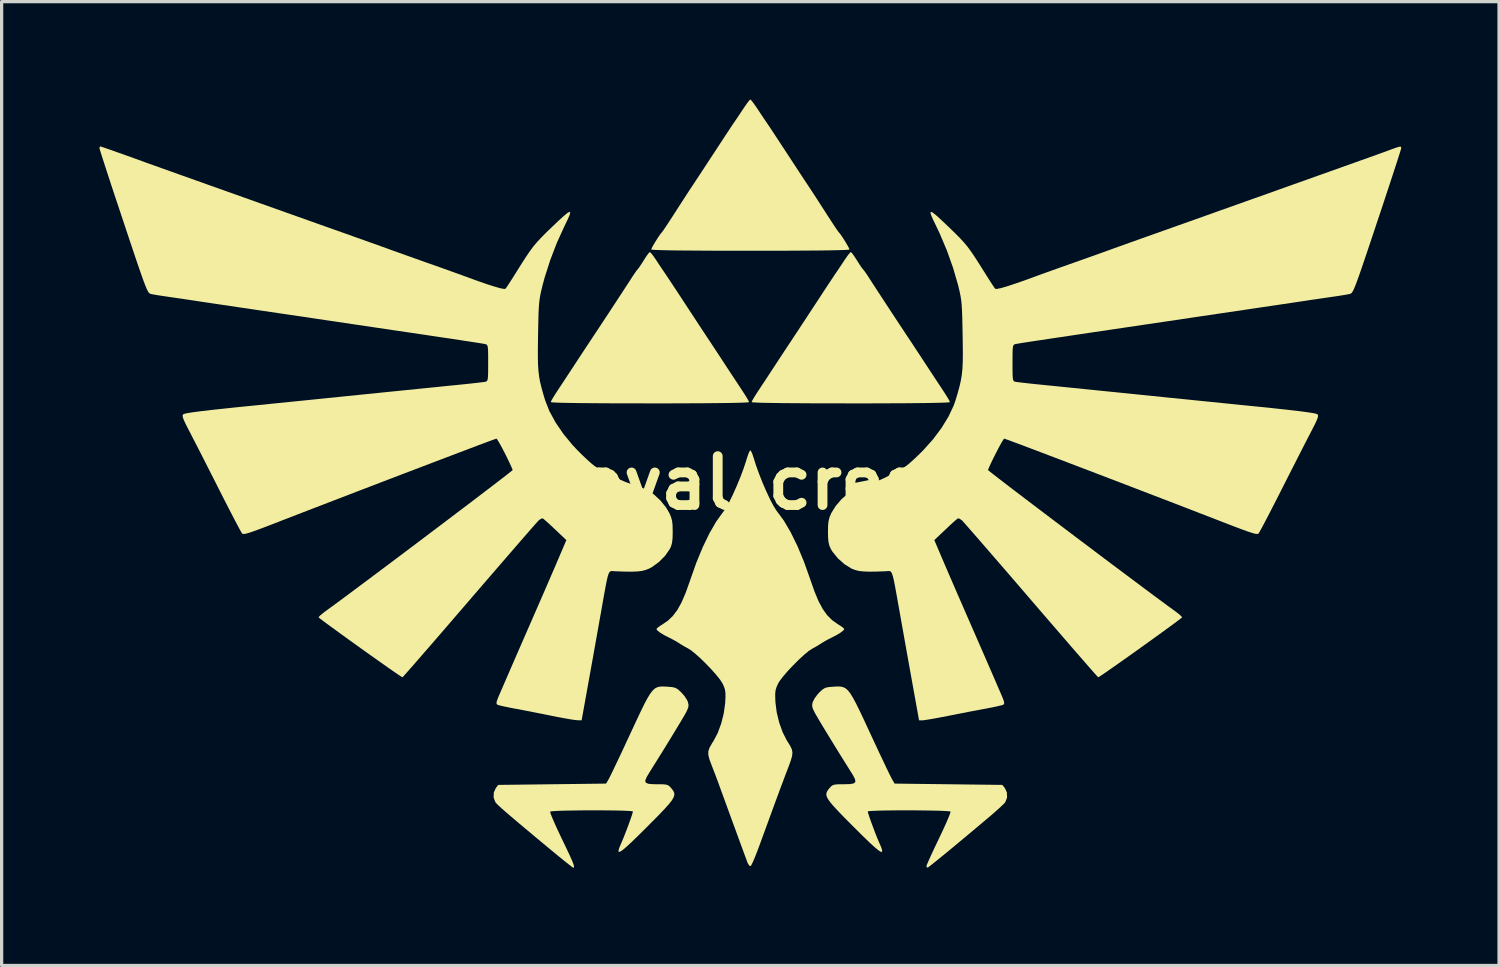
<source format=kicad_pcb>
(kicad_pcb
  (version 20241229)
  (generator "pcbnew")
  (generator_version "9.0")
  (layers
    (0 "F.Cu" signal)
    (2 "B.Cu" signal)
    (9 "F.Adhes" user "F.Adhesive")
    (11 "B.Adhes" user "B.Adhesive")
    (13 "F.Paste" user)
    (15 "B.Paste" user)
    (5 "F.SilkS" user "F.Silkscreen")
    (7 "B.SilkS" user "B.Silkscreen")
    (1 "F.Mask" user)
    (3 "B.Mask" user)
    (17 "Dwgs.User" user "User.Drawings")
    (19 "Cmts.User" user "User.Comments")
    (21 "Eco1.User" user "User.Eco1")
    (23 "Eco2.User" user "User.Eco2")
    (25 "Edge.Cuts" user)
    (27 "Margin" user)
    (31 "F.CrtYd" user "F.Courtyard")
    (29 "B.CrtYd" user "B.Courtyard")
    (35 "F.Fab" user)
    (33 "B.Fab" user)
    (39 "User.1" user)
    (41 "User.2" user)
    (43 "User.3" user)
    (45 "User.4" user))
  (footprint "royal_crest"
    (layer "F.Cu")
    (at 19.96 11.76)
    (property "Reference" "royal_crest" (at 0 0 0) (layer "F.SilkS") (effects (font (size 1.5 1.5) (thickness 0.3))))
    (attr board_only exclude_from_pos_files exclude_from_bom)
    (fp_poly (pts (xy -3.045 -7.049) (xy -2.98 -6.967) (xy -2.899 -6.85) (xy -2.886 -6.83) (xy -2.789 -6.683) (xy -2.694 -6.542) (xy -2.625 -6.44) (xy -2.576 -6.367) (xy -2.49 -6.239) (xy -2.376 -6.066) (xy -2.24 -5.86) (xy -2.09 -5.632) (xy -1.991 -5.48) (xy -1.831 -5.237) (xy -1.677 -5.002) (xy -1.537 -4.788) (xy -1.418 -4.608) (xy -1.33 -4.474) (xy -1.297 -4.425) (xy -1.219 -4.308) (xy -1.11 -4.142) (xy -0.981 -3.946) (xy -0.845 -3.738) (xy -0.78 -3.64) (xy -0.641 -3.427) (xy -0.499 -3.212) (xy -0.369 -3.015) (xy -0.264 -2.856) (xy -0.23 -2.804) (xy -0.144 -2.67) (xy -0.078 -2.56) (xy -0.043 -2.491) (xy -0.04 -2.48) (xy -0.08 -2.471) (xy -0.198 -2.464) (xy -0.395 -2.458) (xy -0.667 -2.452) (xy -1.015 -2.448) (xy -1.436 -2.444) (xy -1.931 -2.442) (xy -2.497 -2.44) (xy -3.08 -2.44) (xy -3.711 -2.441) (xy -4.271 -2.442) (xy -4.76 -2.445) (xy -5.176 -2.448) (xy -5.517 -2.453) (xy -5.784 -2.458) (xy -5.974 -2.465) (xy -6.086 -2.472) (xy -6.12 -2.48) (xy -6.099 -2.529) (xy -6.043 -2.626) (xy -5.963 -2.754) (xy -5.93 -2.804) (xy -5.84 -2.941) (xy -5.719 -3.124) (xy -5.581 -3.334) (xy -5.439 -3.55) (xy -5.38 -3.64) (xy -5.244 -3.847) (xy -5.11 -4.051) (xy -4.99 -4.233) (xy -4.895 -4.376) (xy -4.863 -4.425) (xy -4.771 -4.564) (xy -4.65 -4.746) (xy -4.509 -4.96) (xy -4.355 -5.193) (xy -4.198 -5.434) (xy -4.043 -5.669) (xy -3.901 -5.887) (xy -3.778 -6.076) (xy -3.682 -6.223) (xy -3.623 -6.316) (xy -3.621 -6.319) (xy -3.546 -6.431) (xy -3.482 -6.52) (xy -3.457 -6.549) (xy -3.411 -6.608) (xy -3.34 -6.713) (xy -3.26 -6.84) (xy -3.184 -6.959) (xy -3.12 -7.045) (xy -3.083 -7.08) (xy -3.082 -7.08)) (stroke (width 0) (type solid)) (fill yes) (layer "F.SilkS"))
    (fp_poly (pts (xy 3.117 -7.048) (xy 3.179 -6.965) (xy 3.255 -6.847) (xy 3.26 -6.84) (xy 3.341 -6.712) (xy 3.411 -6.607) (xy 3.457 -6.549) (xy 3.507 -6.487) (xy 3.578 -6.385) (xy 3.621 -6.319) (xy 3.678 -6.23) (xy 3.772 -6.085) (xy 3.893 -5.899) (xy 4.035 -5.682) (xy 4.189 -5.447) (xy 4.346 -5.207) (xy 4.5 -4.973) (xy 4.642 -4.758) (xy 4.764 -4.573) (xy 4.858 -4.432) (xy 4.863 -4.425) (xy 4.941 -4.308) (xy 5.05 -4.142) (xy 5.179 -3.946) (xy 5.315 -3.738) (xy 5.38 -3.64) (xy 5.519 -3.427) (xy 5.661 -3.212) (xy 5.791 -3.015) (xy 5.896 -2.856) (xy 5.93 -2.804) (xy 6.016 -2.67) (xy 6.082 -2.56) (xy 6.117 -2.491) (xy 6.12 -2.48) (xy 6.08 -2.471) (xy 5.962 -2.464) (xy 5.765 -2.458) (xy 5.493 -2.452) (xy 5.145 -2.448) (xy 4.724 -2.444) (xy 4.229 -2.442) (xy 3.663 -2.44) (xy 3.08 -2.44) (xy 2.449 -2.441) (xy 1.889 -2.442) (xy 1.4 -2.445) (xy 0.984 -2.448) (xy 0.643 -2.453) (xy 0.376 -2.458) (xy 0.186 -2.465) (xy 0.074 -2.472) (xy 0.04 -2.48) (xy 0.061 -2.529) (xy 0.117 -2.626) (xy 0.197 -2.754) (xy 0.23 -2.804) (xy 0.32 -2.941) (xy 0.441 -3.124) (xy 0.579 -3.334) (xy 0.721 -3.55) (xy 0.78 -3.64) (xy 0.916 -3.847) (xy 1.05 -4.051) (xy 1.17 -4.233) (xy 1.265 -4.376) (xy 1.297 -4.425) (xy 1.364 -4.526) (xy 1.467 -4.681) (xy 1.596 -4.878) (xy 1.743 -5.102) (xy 1.901 -5.343) (xy 1.991 -5.48) (xy 2.146 -5.716) (xy 2.291 -5.938) (xy 2.42 -6.133) (xy 2.525 -6.291) (xy 2.598 -6.401) (xy 2.625 -6.44) (xy 2.697 -6.546) (xy 2.792 -6.688) (xy 2.886 -6.83) (xy 2.968 -6.95) (xy 3.037 -7.039) (xy 3.078 -7.079) (xy 3.082 -7.08)) (stroke (width 0) (type solid)) (fill yes) (layer "F.SilkS"))
    (fp_poly (pts (xy 0.033 -11.729) (xy 0.098 -11.645) (xy 0.184 -11.523) (xy 0.233 -11.45) (xy 0.33 -11.303) (xy 0.416 -11.174) (xy 0.479 -11.083) (xy 0.494 -11.06) (xy 0.532 -11.004) (xy 0.607 -10.893) (xy 0.711 -10.735) (xy 0.838 -10.542) (xy 0.981 -10.324) (xy 1.062 -10.2) (xy 1.224 -9.953) (xy 1.385 -9.707) (xy 1.537 -9.475) (xy 1.669 -9.275) (xy 1.771 -9.121) (xy 1.796 -9.083) (xy 1.902 -8.922) (xy 2.036 -8.717) (xy 2.181 -8.492) (xy 2.323 -8.271) (xy 2.354 -8.223) (xy 2.471 -8.042) (xy 2.574 -7.885) (xy 2.655 -7.765) (xy 2.706 -7.694) (xy 2.718 -7.68) (xy 2.757 -7.634) (xy 2.821 -7.542) (xy 2.895 -7.427) (xy 2.965 -7.31) (xy 3.018 -7.214) (xy 3.04 -7.16) (xy 3.04 -7.159) (xy 3 -7.151) (xy 2.882 -7.144) (xy 2.687 -7.138) (xy 2.418 -7.132) (xy 2.074 -7.128) (xy 1.659 -7.125) (xy 1.174 -7.122) (xy 0.621 -7.121) (xy 0.001 -7.12) (xy 0 -7.12) (xy -0.62 -7.121) (xy -1.174 -7.122) (xy -1.659 -7.125) (xy -2.074 -7.128) (xy -2.417 -7.132) (xy -2.687 -7.138) (xy -2.882 -7.144) (xy -3 -7.151) (xy -3.04 -7.159) (xy -3.04 -7.159) (xy -3.02 -7.21) (xy -2.968 -7.305) (xy -2.898 -7.421) (xy -2.824 -7.537) (xy -2.76 -7.63) (xy -2.719 -7.679) (xy -2.718 -7.68) (xy -2.687 -7.719) (xy -2.622 -7.814) (xy -2.53 -7.952) (xy -2.42 -8.121) (xy -2.354 -8.223) (xy -2.215 -8.439) (xy -2.069 -8.665) (xy -1.932 -8.877) (xy -1.818 -9.051) (xy -1.796 -9.083) (xy -1.707 -9.218) (xy -1.584 -9.405) (xy -1.437 -9.628) (xy -1.278 -9.871) (xy -1.115 -10.119) (xy -1.062 -10.2) (xy -0.914 -10.426) (xy -0.778 -10.634) (xy -0.66 -10.812) (xy -0.569 -10.95) (xy -0.51 -11.038) (xy -0.494 -11.06) (xy -0.447 -11.129) (xy -0.37 -11.244) (xy -0.275 -11.386) (xy -0.233 -11.45) (xy -0.141 -11.585) (xy -0.064 -11.691) (xy -0.013 -11.751) (xy 0 -11.76)) (stroke (width 0) (type solid)) (fill yes) (layer "F.SilkS"))
    (fp_poly (pts (xy 2.758 6.244) (xy 2.84 6.26) (xy 2.915 6.295) (xy 2.988 6.357) (xy 3.064 6.452) (xy 3.147 6.587) (xy 3.244 6.768) (xy 3.359 7.001) (xy 3.497 7.293) (xy 3.663 7.651) (xy 3.677 7.681) (xy 3.817 7.982) (xy 3.95 8.267) (xy 4.072 8.523) (xy 4.176 8.743) (xy 4.26 8.917) (xy 4.319 9.034) (xy 4.343 9.081) (xy 4.424 9.22) (xy 6.076 9.24) (xy 7.727 9.26) (xy 7.804 9.354) (xy 7.867 9.49) (xy 7.873 9.646) (xy 7.82 9.788) (xy 7.818 9.791) (xy 7.766 9.848) (xy 7.665 9.944) (xy 7.528 10.067) (xy 7.367 10.208) (xy 7.293 10.27) (xy 6.959 10.551) (xy 6.644 10.815) (xy 6.354 11.056) (xy 6.094 11.272) (xy 5.869 11.456) (xy 5.685 11.605) (xy 5.547 11.715) (xy 5.46 11.781) (xy 5.43 11.799) (xy 5.402 11.768) (xy 5.4 11.75) (xy 5.417 11.701) (xy 5.464 11.591) (xy 5.536 11.431) (xy 5.628 11.233) (xy 5.735 11.008) (xy 5.782 10.91) (xy 5.892 10.677) (xy 5.988 10.468) (xy 6.064 10.294) (xy 6.116 10.164) (xy 6.14 10.091) (xy 6.14 10.079) (xy 6.095 10.069) (xy 5.984 10.061) (xy 5.816 10.053) (xy 5.604 10.048) (xy 5.36 10.044) (xy 5.094 10.041) (xy 4.819 10.04) (xy 4.547 10.04) (xy 4.288 10.043) (xy 4.054 10.046) (xy 3.857 10.052) (xy 3.708 10.059) (xy 3.62 10.068) (xy 3.6 10.075) (xy 3.614 10.131) (xy 3.65 10.242) (xy 3.703 10.393) (xy 3.766 10.563) (xy 3.831 10.736) (xy 3.893 10.893) (xy 3.945 11.016) (xy 3.956 11.04) (xy 4.013 11.172) (xy 4.042 11.263) (xy 4.04 11.31) (xy 4.004 11.313) (xy 3.93 11.267) (xy 3.815 11.173) (xy 3.656 11.027) (xy 3.449 10.827) (xy 3.192 10.571) (xy 3.15 10.53) (xy 2.897 10.275) (xy 2.697 10.069) (xy 2.545 9.905) (xy 2.437 9.775) (xy 2.368 9.673) (xy 2.334 9.591) (xy 2.331 9.522) (xy 2.354 9.459) (xy 2.398 9.394) (xy 2.42 9.367) (xy 2.476 9.305) (xy 2.529 9.268) (xy 2.601 9.248) (xy 2.712 9.241) (xy 2.865 9.24) (xy 3.056 9.235) (xy 3.173 9.214) (xy 3.222 9.167) (xy 3.21 9.083) (xy 3.143 8.954) (xy 3.09 8.87) (xy 2.947 8.642) (xy 2.792 8.394) (xy 2.632 8.136) (xy 2.475 7.88) (xy 2.326 7.636) (xy 2.194 7.418) (xy 2.085 7.235) (xy 2.006 7.099) (xy 1.969 7.033) (xy 1.912 6.912) (xy 1.894 6.825) (xy 1.908 6.739) (xy 1.917 6.711) (xy 1.972 6.604) (xy 2.063 6.482) (xy 2.121 6.419) (xy 2.214 6.334) (xy 2.295 6.285) (xy 2.393 6.261) (xy 2.538 6.249) (xy 2.551 6.248) (xy 2.663 6.242)) (stroke (width 0) (type solid)) (fill yes) (layer "F.SilkS"))
    (fp_poly (pts (xy -2.56 6.247) (xy -2.551 6.248) (xy -2.401 6.26) (xy -2.301 6.283) (xy -2.22 6.329) (xy -2.129 6.412) (xy -2.121 6.419) (xy -2.021 6.534) (xy -1.942 6.654) (xy -1.917 6.711) (xy -1.895 6.803) (xy -1.904 6.886) (xy -1.949 6.994) (xy -1.969 7.033) (xy -2.019 7.123) (xy -2.105 7.269) (xy -2.22 7.46) (xy -2.356 7.685) (xy -2.507 7.932) (xy -2.665 8.189) (xy -2.825 8.446) (xy -2.978 8.691) (xy -3.09 8.87) (xy -3.183 9.026) (xy -3.224 9.131) (xy -3.205 9.194) (xy -3.122 9.227) (xy -2.969 9.239) (xy -2.865 9.24) (xy -2.699 9.241) (xy -2.592 9.249) (xy -2.523 9.27) (xy -2.471 9.31) (xy -2.42 9.367) (xy -2.369 9.434) (xy -2.337 9.496) (xy -2.33 9.562) (xy -2.351 9.638) (xy -2.405 9.732) (xy -2.497 9.85) (xy -2.632 10) (xy -2.812 10.189) (xy -3.044 10.423) (xy -3.15 10.53) (xy -3.416 10.794) (xy -3.63 11.002) (xy -3.795 11.155) (xy -3.916 11.257) (xy -3.996 11.309) (xy -4.037 11.313) (xy -4.043 11.272) (xy -4.018 11.187) (xy -3.965 11.061) (xy -3.956 11.04) (xy -3.908 10.928) (xy -3.848 10.778) (xy -3.782 10.607) (xy -3.718 10.434) (xy -3.662 10.277) (xy -3.621 10.154) (xy -3.601 10.083) (xy -3.6 10.075) (xy -3.638 10.065) (xy -3.745 10.057) (xy -3.908 10.05) (xy -4.116 10.045) (xy -4.358 10.042) (xy -4.622 10.04) (xy -4.897 10.04) (xy -5.171 10.041) (xy -5.431 10.045) (xy -5.668 10.049) (xy -5.868 10.055) (xy -6.021 10.063) (xy -6.115 10.072) (xy -6.14 10.079) (xy -6.13 10.126) (xy -6.09 10.232) (xy -6.023 10.389) (xy -5.935 10.585) (xy -5.831 10.808) (xy -5.782 10.91) (xy -5.648 11.189) (xy -5.546 11.405) (xy -5.474 11.565) (xy -5.429 11.677) (xy -5.408 11.748) (xy -5.407 11.786) (xy -5.424 11.799) (xy -5.43 11.799) (xy -5.468 11.775) (xy -5.558 11.706) (xy -5.692 11.6) (xy -5.859 11.465) (xy -6.05 11.308) (xy -6.145 11.229) (xy -6.522 10.916) (xy -6.84 10.65) (xy -7.105 10.428) (xy -7.321 10.244) (xy -7.493 10.097) (xy -7.624 9.982) (xy -7.718 9.896) (xy -7.781 9.834) (xy -7.816 9.793) (xy -7.818 9.791) (xy -7.872 9.651) (xy -7.868 9.494) (xy -7.806 9.358) (xy -7.804 9.354) (xy -7.727 9.26) (xy -6.076 9.24) (xy -4.424 9.22) (xy -4.343 9.081) (xy -4.307 9.012) (xy -4.242 8.88) (xy -4.153 8.694) (xy -4.044 8.465) (xy -3.919 8.201) (xy -3.784 7.911) (xy -3.677 7.681) (xy -3.508 7.318) (xy -3.368 7.021) (xy -3.252 6.783) (xy -3.154 6.599) (xy -3.069 6.461) (xy -2.993 6.363) (xy -2.921 6.299) (xy -2.846 6.262) (xy -2.764 6.245) (xy -2.671 6.242)) (stroke (width 0) (type solid)) (fill yes) (layer "F.SilkS"))
    (fp_poly (pts (xy 0.028 -0.965) (xy 0.067 -0.873) (xy 0.101 -0.77) (xy 0.177 -0.529) (xy 0.273 -0.265) (xy 0.38 0.005) (xy 0.494 0.267) (xy 0.605 0.504) (xy 0.708 0.7) (xy 0.796 0.842) (xy 0.82 0.873) (xy 1.029 1.158) (xy 1.239 1.516) (xy 1.445 1.936) (xy 1.643 2.412) (xy 1.83 2.935) (xy 1.841 2.968) (xy 1.969 3.333) (xy 2.093 3.629) (xy 2.22 3.866) (xy 2.356 4.056) (xy 2.508 4.207) (xy 2.683 4.332) (xy 2.707 4.346) (xy 2.806 4.41) (xy 2.869 4.463) (xy 2.88 4.481) (xy 2.846 4.53) (xy 2.756 4.598) (xy 2.627 4.675) (xy 2.5 4.739) (xy 2.361 4.81) (xy 2.214 4.895) (xy 2.18 4.917) (xy 2.054 4.996) (xy 1.932 5.065) (xy 1.9 5.081) (xy 1.792 5.152) (xy 1.648 5.271) (xy 1.483 5.423) (xy 1.312 5.594) (xy 1.147 5.769) (xy 1.005 5.934) (xy 0.899 6.073) (xy 0.854 6.148) (xy 0.804 6.258) (xy 0.775 6.352) (xy 0.763 6.456) (xy 0.764 6.596) (xy 0.77 6.731) (xy 0.809 7.035) (xy 0.885 7.349) (xy 0.99 7.643) (xy 1.115 7.891) (xy 1.13 7.914) (xy 1.215 8.05) (xy 1.269 8.159) (xy 1.291 8.259) (xy 1.281 8.371) (xy 1.241 8.513) (xy 1.171 8.705) (xy 1.149 8.763) (xy 1.084 8.931) (xy 1.015 9.116) (xy 0.936 9.326) (xy 0.846 9.569) (xy 0.741 9.853) (xy 0.619 10.187) (xy 0.476 10.579) (xy 0.308 11.037) (xy 0.286 11.098) (xy 0.207 11.309) (xy 0.134 11.493) (xy 0.072 11.636) (xy 0.027 11.726) (xy 0.007 11.751) (xy -0.038 11.729) (xy -0.082 11.655) (xy -0.083 11.653) (xy -0.111 11.576) (xy -0.163 11.437) (xy -0.233 11.247) (xy -0.317 11.018) (xy -0.41 10.764) (xy -0.508 10.495) (xy -0.607 10.226) (xy -0.701 9.967) (xy -0.787 9.731) (xy -0.86 9.531) (xy -0.908 9.4) (xy -0.987 9.182) (xy -1.078 8.94) (xy -1.164 8.717) (xy -1.185 8.664) (xy -1.254 8.478) (xy -1.289 8.34) (xy -1.288 8.227) (xy -1.25 8.115) (xy -1.171 7.978) (xy -1.13 7.914) (xy -1.003 7.674) (xy -0.895 7.383) (xy -0.816 7.07) (xy -0.773 6.764) (xy -0.77 6.731) (xy -0.762 6.55) (xy -0.765 6.423) (xy -0.781 6.325) (xy -0.816 6.229) (xy -0.854 6.148) (xy -0.927 6.034) (xy -1.045 5.886) (xy -1.196 5.716) (xy -1.364 5.541) (xy -1.535 5.374) (xy -1.695 5.231) (xy -1.829 5.125) (xy -1.9 5.081) (xy -2.01 5.021) (xy -2.14 4.943) (xy -2.18 4.917) (xy -2.319 4.833) (xy -2.466 4.755) (xy -2.5 4.739) (xy -2.649 4.663) (xy -2.773 4.587) (xy -2.856 4.52) (xy -2.88 4.481) (xy -2.848 4.443) (xy -2.768 4.384) (xy -2.707 4.346) (xy -2.529 4.224) (xy -2.375 4.077) (xy -2.237 3.893) (xy -2.109 3.662) (xy -1.985 3.374) (xy -1.858 3.019) (xy -1.841 2.968) (xy -1.655 2.443) (xy -1.457 1.964) (xy -1.252 1.54) (xy -1.042 1.178) (xy -0.833 0.888) (xy -0.82 0.873) (xy -0.739 0.753) (xy -0.64 0.572) (xy -0.53 0.346) (xy -0.417 0.091) (xy -0.306 -0.178) (xy -0.206 -0.445) (xy -0.123 -0.696) (xy -0.101 -0.77) (xy -0.06 -0.892) (xy -0.023 -0.975) (xy 0 -1)) (stroke (width 0) (type solid)) (fill yes) (layer "F.SilkS"))
    (fp_poly (pts (xy -19.892 -10.307) (xy -19.782 -10.27) (xy -19.617 -10.213) (xy -19.408 -10.139) (xy -19.164 -10.052) (xy -18.896 -9.956) (xy -18.614 -9.854) (xy -18.58 -9.841) (xy -18.474 -9.803) (xy -18.298 -9.74) (xy -18.058 -9.654) (xy -17.758 -9.547) (xy -17.405 -9.421) (xy -17.003 -9.278) (xy -16.558 -9.119) (xy -16.076 -8.948) (xy -15.562 -8.765) (xy -15.022 -8.572) (xy -14.46 -8.373) (xy -13.883 -8.167) (xy -13.295 -7.958) (xy -12.74 -7.761) (xy -12.403 -7.642) (xy -12.082 -7.527) (xy -11.786 -7.422) (xy -11.525 -7.329) (xy -11.309 -7.251) (xy -11.147 -7.193) (xy -11.049 -7.157) (xy -11.04 -7.154) (xy -10.939 -7.117) (xy -10.776 -7.059) (xy -10.566 -6.984) (xy -10.323 -6.897) (xy -10.06 -6.804) (xy -9.92 -6.754) (xy -9.652 -6.66) (xy -9.397 -6.569) (xy -9.168 -6.487) (xy -8.979 -6.419) (xy -8.844 -6.37) (xy -8.8 -6.354) (xy -8.422 -6.216) (xy -8.106 -6.105) (xy -7.854 -6.024) (xy -7.669 -5.971) (xy -7.553 -5.949) (xy -7.511 -5.953) (xy -7.475 -6.001) (xy -7.407 -6.103) (xy -7.315 -6.245) (xy -7.209 -6.413) (xy -7.185 -6.452) (xy -7.016 -6.722) (xy -6.877 -6.937) (xy -6.758 -7.112) (xy -6.647 -7.26) (xy -6.534 -7.394) (xy -6.407 -7.53) (xy -6.257 -7.681) (xy -6.103 -7.83) (xy -5.887 -8.035) (xy -5.724 -8.184) (xy -5.612 -8.277) (xy -5.546 -8.314) (xy -5.523 -8.296) (xy -5.54 -8.222) (xy -5.595 -8.094) (xy -5.682 -7.912) (xy -5.703 -7.869) (xy -5.932 -7.367) (xy -6.137 -6.833) (xy -6.306 -6.305) (xy -6.367 -6.08) (xy -6.405 -5.925) (xy -6.435 -5.792) (xy -6.457 -5.667) (xy -6.474 -5.537) (xy -6.486 -5.387) (xy -6.495 -5.205) (xy -6.501 -4.977) (xy -6.507 -4.689) (xy -6.51 -4.529) (xy -6.515 -4.175) (xy -6.516 -3.887) (xy -6.512 -3.649) (xy -6.499 -3.447) (xy -6.478 -3.266) (xy -6.446 -3.091) (xy -6.401 -2.908) (xy -6.343 -2.701) (xy -6.291 -2.53) (xy -6.163 -2.204) (xy -5.974 -1.857) (xy -5.734 -1.505) (xy -5.454 -1.164) (xy -5.306 -1.007) (xy -5.152 -0.854) (xy -5.001 -0.711) (xy -4.871 -0.595) (xy -4.778 -0.52) (xy -4.776 -0.519) (xy -4.586 -0.4) (xy -4.351 -0.271) (xy -4.097 -0.146) (xy -3.852 -0.039) (xy -3.643 0.039) (xy -3.62 0.046) (xy -3.448 0.102) (xy -3.278 0.167) (xy -3.16 0.22) (xy -2.956 0.354) (xy -2.756 0.54) (xy -2.585 0.751) (xy -2.485 0.92) (xy -2.432 1.044) (xy -2.4 1.16) (xy -2.385 1.296) (xy -2.381 1.48) (xy -2.381 1.5) (xy -2.385 1.695) (xy -2.401 1.834) (xy -2.431 1.943) (xy -2.467 2.022) (xy -2.61 2.229) (xy -2.802 2.424) (xy -3.016 2.58) (xy -3.107 2.628) (xy -3.209 2.668) (xy -3.322 2.697) (xy -3.457 2.714) (xy -3.631 2.721) (xy -3.855 2.719) (xy -4.145 2.708) (xy -4.158 2.708) (xy -4.21 2.703) (xy -4.253 2.701) (xy -4.287 2.708) (xy -4.317 2.731) (xy -4.344 2.78) (xy -4.371 2.86) (xy -4.4 2.98) (xy -4.433 3.147) (xy -4.474 3.369) (xy -4.525 3.653) (xy -4.587 4.007) (xy -4.597 4.06) (xy -4.662 4.426) (xy -4.735 4.837) (xy -4.811 5.264) (xy -4.886 5.68) (xy -4.954 6.059) (xy -4.985 6.23) (xy -5.174 7.28) (xy -5.317 7.276) (xy -5.405 7.266) (xy -5.554 7.243) (xy -5.747 7.209) (xy -5.966 7.167) (xy -6.1 7.14) (xy -6.367 7.086) (xy -6.654 7.029) (xy -6.931 6.975) (xy -7.169 6.93) (xy -7.225 6.92) (xy -7.416 6.883) (xy -7.581 6.848) (xy -7.702 6.819) (xy -7.761 6.799) (xy -7.762 6.799) (xy -7.785 6.764) (xy -7.776 6.695) (xy -7.732 6.576) (xy -7.722 6.553) (xy -7.678 6.451) (xy -7.635 6.351) (xy -7.59 6.247) (xy -7.541 6.134) (xy -7.485 6.005) (xy -7.42 5.855) (xy -7.343 5.677) (xy -7.251 5.466) (xy -7.142 5.215) (xy -7.013 4.919) (xy -6.861 4.572) (xy -6.684 4.167) (xy -6.48 3.698) (xy -6.332 3.36) (xy -6.23 3.124) (xy -6.111 2.848) (xy -5.989 2.566) (xy -5.881 2.313) (xy -5.878 2.307) (xy -5.642 1.753) (xy -5.986 1.427) (xy -6.123 1.298) (xy -6.242 1.19) (xy -6.327 1.116) (xy -6.367 1.086) (xy -6.421 1.099) (xy -6.487 1.146) (xy -6.526 1.187) (xy -6.613 1.285) (xy -6.743 1.433) (xy -6.913 1.628) (xy -7.119 1.865) (xy -7.355 2.138) (xy -7.619 2.443) (xy -7.906 2.775) (xy -8.212 3.13) (xy -8.533 3.502) (xy -8.608 3.59) (xy -8.93 3.963) (xy -9.236 4.319) (xy -9.523 4.651) (xy -9.787 4.957) (xy -10.025 5.23) (xy -10.231 5.467) (xy -10.402 5.663) (xy -10.534 5.813) (xy -10.623 5.913) (xy -10.665 5.958) (xy -10.668 5.96) (xy -10.707 5.938) (xy -10.802 5.875) (xy -10.945 5.777) (xy -11.126 5.651) (xy -11.338 5.502) (xy -11.571 5.337) (xy -11.817 5.162) (xy -12.068 4.982) (xy -12.315 4.805) (xy -12.55 4.635) (xy -12.763 4.48) (xy -12.948 4.345) (xy -13.094 4.237) (xy -13.194 4.161) (xy -13.238 4.123) (xy -13.24 4.12) (xy -13.21 4.081) (xy -13.131 4.013) (xy -13.03 3.935) (xy -12.865 3.815) (xy -12.655 3.661) (xy -12.405 3.476) (xy -12.121 3.264) (xy -11.807 3.03) (xy -11.471 2.779) (xy -11.116 2.513) (xy -10.748 2.237) (xy -10.373 1.955) (xy -9.997 1.671) (xy -9.624 1.39) (xy -9.26 1.115) (xy -8.911 0.85) (xy -8.581 0.601) (xy -8.277 0.369) (xy -8.004 0.161) (xy -7.766 -0.021) (xy -7.571 -0.171) (xy -7.422 -0.287) (xy -7.326 -0.363) (xy -7.288 -0.396) (xy -7.287 -0.397) (xy -7.338 -0.517) (xy -7.408 -0.667) (xy -7.489 -0.834) (xy -7.574 -1) (xy -7.655 -1.151) (xy -7.722 -1.27) (xy -7.769 -1.344) (xy -7.785 -1.359) (xy -7.828 -1.345) (xy -7.939 -1.305) (xy -8.114 -1.24) (xy -8.347 -1.153) (xy -8.631 -1.045) (xy -8.961 -0.92) (xy -9.332 -0.779) (xy -9.737 -0.625) (xy -10.172 -0.459) (xy -10.63 -0.285) (xy -11.105 -0.103) (xy -11.592 0.084) (xy -12.086 0.273) (xy -12.58 0.463) (xy -13.068 0.651) (xy -13.546 0.835) (xy -14.007 1.013) (xy -14.446 1.183) (xy -14.656 1.265) (xy -14.943 1.375) (xy -15.164 1.457) (xy -15.328 1.515) (xy -15.444 1.55) (xy -15.521 1.565) (xy -15.566 1.563) (xy -15.584 1.552) (xy -15.613 1.506) (xy -15.674 1.396) (xy -15.762 1.231) (xy -15.872 1.02) (xy -16.002 0.77) (xy -16.145 0.49) (xy -16.298 0.189) (xy -16.302 0.18) (xy -16.466 -0.144) (xy -16.629 -0.465) (xy -16.785 -0.772) (xy -16.928 -1.052) (xy -17.053 -1.295) (xy -17.152 -1.487) (xy -17.208 -1.596) (xy -17.307 -1.788) (xy -17.37 -1.922) (xy -17.403 -2.012) (xy -17.41 -2.067) (xy -17.395 -2.102) (xy -17.392 -2.106) (xy -17.346 -2.123) (xy -17.24 -2.145) (xy -17.07 -2.171) (xy -16.832 -2.202) (xy -16.525 -2.238) (xy -16.144 -2.279) (xy -15.688 -2.327) (xy -15.559 -2.34) (xy -15.119 -2.384) (xy -14.621 -2.435) (xy -14.083 -2.489) (xy -13.527 -2.545) (xy -12.973 -2.602) (xy -12.44 -2.656) (xy -11.95 -2.706) (xy -11.82 -2.719) (xy -11.397 -2.762) (xy -10.969 -2.805) (xy -10.549 -2.848) (xy -10.15 -2.888) (xy -9.782 -2.925) (xy -9.46 -2.958) (xy -9.196 -2.985) (xy -9.04 -3) (xy -8.787 -3.026) (xy -8.557 -3.05) (xy -8.363 -3.072) (xy -8.219 -3.089) (xy -8.138 -3.1) (xy -8.13 -3.102) (xy -8.094 -3.113) (xy -8.07 -3.135) (xy -8.054 -3.182) (xy -8.045 -3.266) (xy -8.041 -3.401) (xy -8.04 -3.599) (xy -8.04 -3.68) (xy -8.04 -3.901) (xy -8.043 -4.055) (xy -8.05 -4.155) (xy -8.064 -4.213) (xy -8.085 -4.242) (xy -8.117 -4.255) (xy -8.13 -4.258) (xy -8.154 -4.263) (xy -8.192 -4.27) (xy -8.247 -4.279) (xy -8.322 -4.291) (xy -8.421 -4.307) (xy -8.548 -4.326) (xy -8.705 -4.35) (xy -8.896 -4.379) (xy -9.124 -4.414) (xy -9.394 -4.454) (xy -9.708 -4.501) (xy -10.069 -4.555) (xy -10.482 -4.616) (xy -10.95 -4.685) (xy -11.475 -4.763) (xy -12.062 -4.85) (xy -12.714 -4.947) (xy -13.435 -5.054) (xy -14.227 -5.171) (xy -15.094 -5.299) (xy -15.24 -5.321) (xy -15.601 -5.374) (xy -15.946 -5.426) (xy -16.265 -5.473) (xy -16.547 -5.515) (xy -16.784 -5.55) (xy -16.965 -5.577) (xy -17.079 -5.595) (xy -17.1 -5.598) (xy -17.241 -5.619) (xy -17.433 -5.648) (xy -17.647 -5.679) (xy -17.8 -5.701) (xy -17.995 -5.73) (xy -18.172 -5.757) (xy -18.308 -5.78) (xy -18.376 -5.794) (xy -18.401 -5.801) (xy -18.425 -5.814) (xy -18.45 -5.839) (xy -18.477 -5.882) (xy -18.51 -5.948) (xy -18.55 -6.044) (xy -18.6 -6.175) (xy -18.662 -6.347) (xy -18.738 -6.565) (xy -18.831 -6.836) (xy -18.942 -7.166) (xy -19.074 -7.56) (xy -19.226 -8.017) (xy -19.36 -8.419) (xy -19.487 -8.799) (xy -19.603 -9.151) (xy -19.706 -9.466) (xy -19.795 -9.739) (xy -19.867 -9.963) (xy -19.92 -10.13) (xy -19.952 -10.234) (xy -19.96 -10.266) (xy -19.946 -10.316) (xy -19.937 -10.32)) (stroke (width 0) (type solid)) (fill yes) (layer "F.SilkS"))
    (fp_poly (pts (xy 19.952 -10.306) (xy 19.96 -10.28) (xy 19.96 -10.266) (xy 19.948 -10.22) (xy 19.912 -10.104) (xy 19.855 -9.926) (xy 19.78 -9.693) (xy 19.688 -9.412) (xy 19.582 -9.089) (xy 19.464 -8.732) (xy 19.337 -8.347) (xy 19.226 -8.017) (xy 19.072 -7.554) (xy 18.94 -7.161) (xy 18.829 -6.832) (xy 18.737 -6.562) (xy 18.661 -6.344) (xy 18.599 -6.173) (xy 18.549 -6.042) (xy 18.509 -5.947) (xy 18.477 -5.881) (xy 18.449 -5.839) (xy 18.425 -5.814) (xy 18.401 -5.801) (xy 18.376 -5.794) (xy 18.29 -5.777) (xy 18.146 -5.753) (xy 17.966 -5.725) (xy 17.8 -5.701) (xy 17.587 -5.67) (xy 17.377 -5.639) (xy 17.196 -5.613) (xy 17.1 -5.598) (xy 17.008 -5.584) (xy 16.847 -5.56) (xy 16.626 -5.527) (xy 16.357 -5.487) (xy 16.048 -5.441) (xy 15.71 -5.391) (xy 15.353 -5.338) (xy 15.24 -5.321) (xy 14.36 -5.191) (xy 13.557 -5.072) (xy 12.825 -4.963) (xy 12.162 -4.865) (xy 11.565 -4.777) (xy 11.03 -4.697) (xy 10.553 -4.627) (xy 10.132 -4.564) (xy 9.762 -4.509) (xy 9.441 -4.461) (xy 9.165 -4.42) (xy 8.93 -4.384) (xy 8.733 -4.355) (xy 8.571 -4.33) (xy 8.44 -4.31) (xy 8.336 -4.294) (xy 8.258 -4.281) (xy 8.2 -4.271) (xy 8.159 -4.264) (xy 8.133 -4.259) (xy 8.13 -4.258) (xy 8.094 -4.248) (xy 8.07 -4.225) (xy 8.054 -4.178) (xy 8.045 -4.093) (xy 8.041 -3.959) (xy 8.04 -3.761) (xy 8.04 -3.68) (xy 8.04 -3.459) (xy 8.043 -3.305) (xy 8.05 -3.205) (xy 8.064 -3.147) (xy 8.085 -3.118) (xy 8.117 -3.105) (xy 8.13 -3.102) (xy 8.196 -3.092) (xy 8.328 -3.076) (xy 8.513 -3.055) (xy 8.737 -3.031) (xy 8.986 -3.006) (xy 9.04 -3) (xy 9.252 -2.979) (xy 9.531 -2.951) (xy 9.865 -2.917) (xy 10.241 -2.879) (xy 10.646 -2.838) (xy 11.069 -2.795) (xy 11.497 -2.752) (xy 11.82 -2.719) (xy 12.295 -2.671) (xy 12.817 -2.617) (xy 13.368 -2.562) (xy 13.925 -2.505) (xy 14.47 -2.45) (xy 14.982 -2.398) (xy 15.44 -2.352) (xy 15.559 -2.34) (xy 16.035 -2.291) (xy 16.434 -2.248) (xy 16.76 -2.211) (xy 17.015 -2.178) (xy 17.202 -2.151) (xy 17.325 -2.128) (xy 17.386 -2.11) (xy 17.392 -2.106) (xy 17.409 -2.073) (xy 17.406 -2.02) (xy 17.376 -1.936) (xy 17.317 -1.808) (xy 17.223 -1.624) (xy 17.208 -1.596) (xy 17.133 -1.451) (xy 17.028 -1.247) (xy 16.899 -0.995) (xy 16.753 -0.708) (xy 16.595 -0.397) (xy 16.431 -0.075) (xy 16.302 0.18) (xy 16.149 0.482) (xy 16.005 0.762) (xy 15.876 1.013) (xy 15.764 1.226) (xy 15.676 1.392) (xy 15.614 1.503) (xy 15.584 1.552) (xy 15.584 1.552) (xy 15.555 1.565) (xy 15.502 1.562) (xy 15.414 1.541) (xy 15.285 1.5) (xy 15.104 1.435) (xy 14.864 1.345) (xy 14.656 1.265) (xy 14.231 1.1) (xy 13.78 0.926) (xy 13.31 0.744) (xy 12.826 0.558) (xy 12.334 0.369) (xy 11.84 0.179) (xy 11.349 -0.01) (xy 10.866 -0.194) (xy 10.399 -0.373) (xy 9.952 -0.543) (xy 9.531 -0.704) (xy 9.143 -0.851) (xy 8.791 -0.985) (xy 8.483 -1.101) (xy 8.224 -1.199) (xy 8.019 -1.275) (xy 7.875 -1.328) (xy 7.797 -1.355) (xy 7.785 -1.359) (xy 7.756 -1.325) (xy 7.701 -1.234) (xy 7.628 -1.102) (xy 7.546 -0.944) (xy 7.461 -0.776) (xy 7.382 -0.614) (xy 7.318 -0.472) (xy 7.287 -0.397) (xy 7.317 -0.371) (xy 7.406 -0.3) (xy 7.547 -0.19) (xy 7.737 -0.044) (xy 7.968 0.134) (xy 8.237 0.339) (xy 8.537 0.567) (xy 8.864 0.815) (xy 9.211 1.077) (xy 9.573 1.351) (xy 9.945 1.632) (xy 10.321 1.915) (xy 10.696 2.198) (xy 11.065 2.475) (xy 11.422 2.742) (xy 11.762 2.996) (xy 12.079 3.233) (xy 12.367 3.448) (xy 12.622 3.637) (xy 12.838 3.796) (xy 13.01 3.921) (xy 13.03 3.935) (xy 13.138 4.018) (xy 13.214 4.085) (xy 13.24 4.12) (xy 13.209 4.149) (xy 13.12 4.217) (xy 12.984 4.319) (xy 12.807 4.448) (xy 12.599 4.6) (xy 12.369 4.766) (xy 12.124 4.942) (xy 11.873 5.122) (xy 11.625 5.299) (xy 11.388 5.466) (xy 11.171 5.619) (xy 10.982 5.751) (xy 10.83 5.856) (xy 10.724 5.927) (xy 10.671 5.959) (xy 10.668 5.96) (xy 10.639 5.93) (xy 10.562 5.845) (xy 10.441 5.707) (xy 10.28 5.523) (xy 10.083 5.297) (xy 9.853 5.033) (xy 9.596 4.735) (xy 9.315 4.41) (xy 9.013 4.06) (xy 8.695 3.691) (xy 8.608 3.59) (xy 8.285 3.214) (xy 7.976 2.855) (xy 7.684 2.517) (xy 7.414 2.206) (xy 7.171 1.925) (xy 6.958 1.679) (xy 6.779 1.474) (xy 6.639 1.315) (xy 6.542 1.205) (xy 6.492 1.15) (xy 6.487 1.146) (xy 6.415 1.096) (xy 6.367 1.086) (xy 6.325 1.118) (xy 6.238 1.193) (xy 6.119 1.302) (xy 5.986 1.427) (xy 5.642 1.753) (xy 5.878 2.307) (xy 5.986 2.559) (xy 6.107 2.84) (xy 6.227 3.117) (xy 6.33 3.354) (xy 6.332 3.36) (xy 6.556 3.873) (xy 6.75 4.318) (xy 6.918 4.702) (xy 7.061 5.03) (xy 7.183 5.31) (xy 7.286 5.546) (xy 7.372 5.744) (xy 7.445 5.911) (xy 7.506 6.053) (xy 7.559 6.176) (xy 7.606 6.285) (xy 7.65 6.386) (xy 7.693 6.487) (xy 7.722 6.553) (xy 7.772 6.681) (xy 7.786 6.756) (xy 7.767 6.795) (xy 7.762 6.799) (xy 7.704 6.818) (xy 7.585 6.847) (xy 7.421 6.882) (xy 7.231 6.919) (xy 7.225 6.92) (xy 7.01 6.96) (xy 6.745 7.01) (xy 6.457 7.066) (xy 6.175 7.122) (xy 6.06 7.144) (xy 5.83 7.189) (xy 5.62 7.228) (xy 5.447 7.257) (xy 5.326 7.276) (xy 5.277 7.28) (xy 5.174 7.28) (xy 4.985 6.23) (xy 4.922 5.881) (xy 4.85 5.48) (xy 4.774 5.055) (xy 4.699 4.633) (xy 4.629 4.241) (xy 4.597 4.06) (xy 4.532 3.696) (xy 4.48 3.403) (xy 4.438 3.173) (xy 4.404 2.999) (xy 4.374 2.873) (xy 4.347 2.788) (xy 4.321 2.736) (xy 4.292 2.71) (xy 4.258 2.701) (xy 4.217 2.703) (xy 4.166 2.707) (xy 4.158 2.708) (xy 3.865 2.718) (xy 3.639 2.721) (xy 3.464 2.714) (xy 3.326 2.698) (xy 3.214 2.67) (xy 3.111 2.63) (xy 3.107 2.628) (xy 2.893 2.497) (xy 2.688 2.316) (xy 2.521 2.111) (xy 2.467 2.022) (xy 2.423 1.921) (xy 2.396 1.807) (xy 2.383 1.658) (xy 2.381 1.5) (xy 2.384 1.31) (xy 2.398 1.171) (xy 2.428 1.054) (xy 2.479 0.932) (xy 2.485 0.92) (xy 2.617 0.707) (xy 2.796 0.499) (xy 2.999 0.322) (xy 3.16 0.22) (xy 3.295 0.161) (xy 3.467 0.096) (xy 3.62 0.046) (xy 3.823 -0.027) (xy 4.065 -0.131) (xy 4.319 -0.255) (xy 4.558 -0.383) (xy 4.756 -0.505) (xy 4.776 -0.519) (xy 4.868 -0.592) (xy 4.998 -0.708) (xy 5.149 -0.85) (xy 5.303 -1.003) (xy 5.306 -1.007) (xy 5.602 -1.337) (xy 5.863 -1.686) (xy 6.078 -2.037) (xy 6.237 -2.375) (xy 6.291 -2.53) (xy 6.361 -2.763) (xy 6.415 -2.961) (xy 6.456 -3.141) (xy 6.485 -3.316) (xy 6.504 -3.501) (xy 6.514 -3.712) (xy 6.517 -3.963) (xy 6.514 -4.268) (xy 6.51 -4.529) (xy 6.504 -4.85) (xy 6.498 -5.104) (xy 6.49 -5.306) (xy 6.48 -5.469) (xy 6.466 -5.607) (xy 6.446 -5.733) (xy 6.42 -5.86) (xy 6.386 -6.003) (xy 6.367 -6.08) (xy 6.218 -6.594) (xy 6.027 -7.13) (xy 5.807 -7.651) (xy 5.703 -7.869) (xy 5.609 -8.063) (xy 5.548 -8.202) (xy 5.523 -8.286) (xy 5.538 -8.315) (xy 5.595 -8.289) (xy 5.699 -8.207) (xy 5.851 -8.069) (xy 6.056 -7.875) (xy 6.103 -7.83) (xy 6.282 -7.656) (xy 6.429 -7.508) (xy 6.552 -7.374) (xy 6.665 -7.238) (xy 6.776 -7.086) (xy 6.897 -6.906) (xy 7.04 -6.683) (xy 7.185 -6.452) (xy 7.293 -6.28) (xy 7.389 -6.131) (xy 7.463 -6.019) (xy 7.506 -5.959) (xy 7.511 -5.953) (xy 7.566 -5.95) (xy 7.693 -5.977) (xy 7.888 -6.034) (xy 8.15 -6.121) (xy 8.476 -6.235) (xy 8.8 -6.354) (xy 8.901 -6.391) (xy 9.064 -6.45) (xy 9.274 -6.525) (xy 9.517 -6.612) (xy 9.78 -6.705) (xy 9.92 -6.754) (xy 10.188 -6.849) (xy 10.443 -6.94) (xy 10.672 -7.022) (xy 10.861 -7.089) (xy 10.996 -7.138) (xy 11.04 -7.154) (xy 11.127 -7.186) (xy 11.279 -7.241) (xy 11.488 -7.315) (xy 11.742 -7.406) (xy 12.033 -7.51) (xy 12.351 -7.623) (xy 12.686 -7.742) (xy 12.74 -7.761) (xy 13.089 -7.885) (xy 13.497 -8.03) (xy 13.95 -8.191) (xy 14.431 -8.363) (xy 14.926 -8.539) (xy 15.418 -8.714) (xy 15.891 -8.882) (xy 16.24 -9.007) (xy 16.642 -9.15) (xy 17.038 -9.291) (xy 17.416 -9.426) (xy 17.768 -9.551) (xy 18.085 -9.664) (xy 18.358 -9.761) (xy 18.576 -9.839) (xy 18.73 -9.894) (xy 18.76 -9.904) (xy 18.984 -9.985) (xy 19.217 -10.068) (xy 19.43 -10.145) (xy 19.582 -10.201) (xy 19.753 -10.264) (xy 19.863 -10.3) (xy 19.925 -10.314)) (stroke (width 0) (type solid)) (fill yes) (layer "F.SilkS")))
  (gr_rect
    (start -3 -3)
    (end 42.92 26.559)
    (stroke (width 0.1) (type default))
    (fill no)
    (layer "Edge.Cuts")))
</source>
